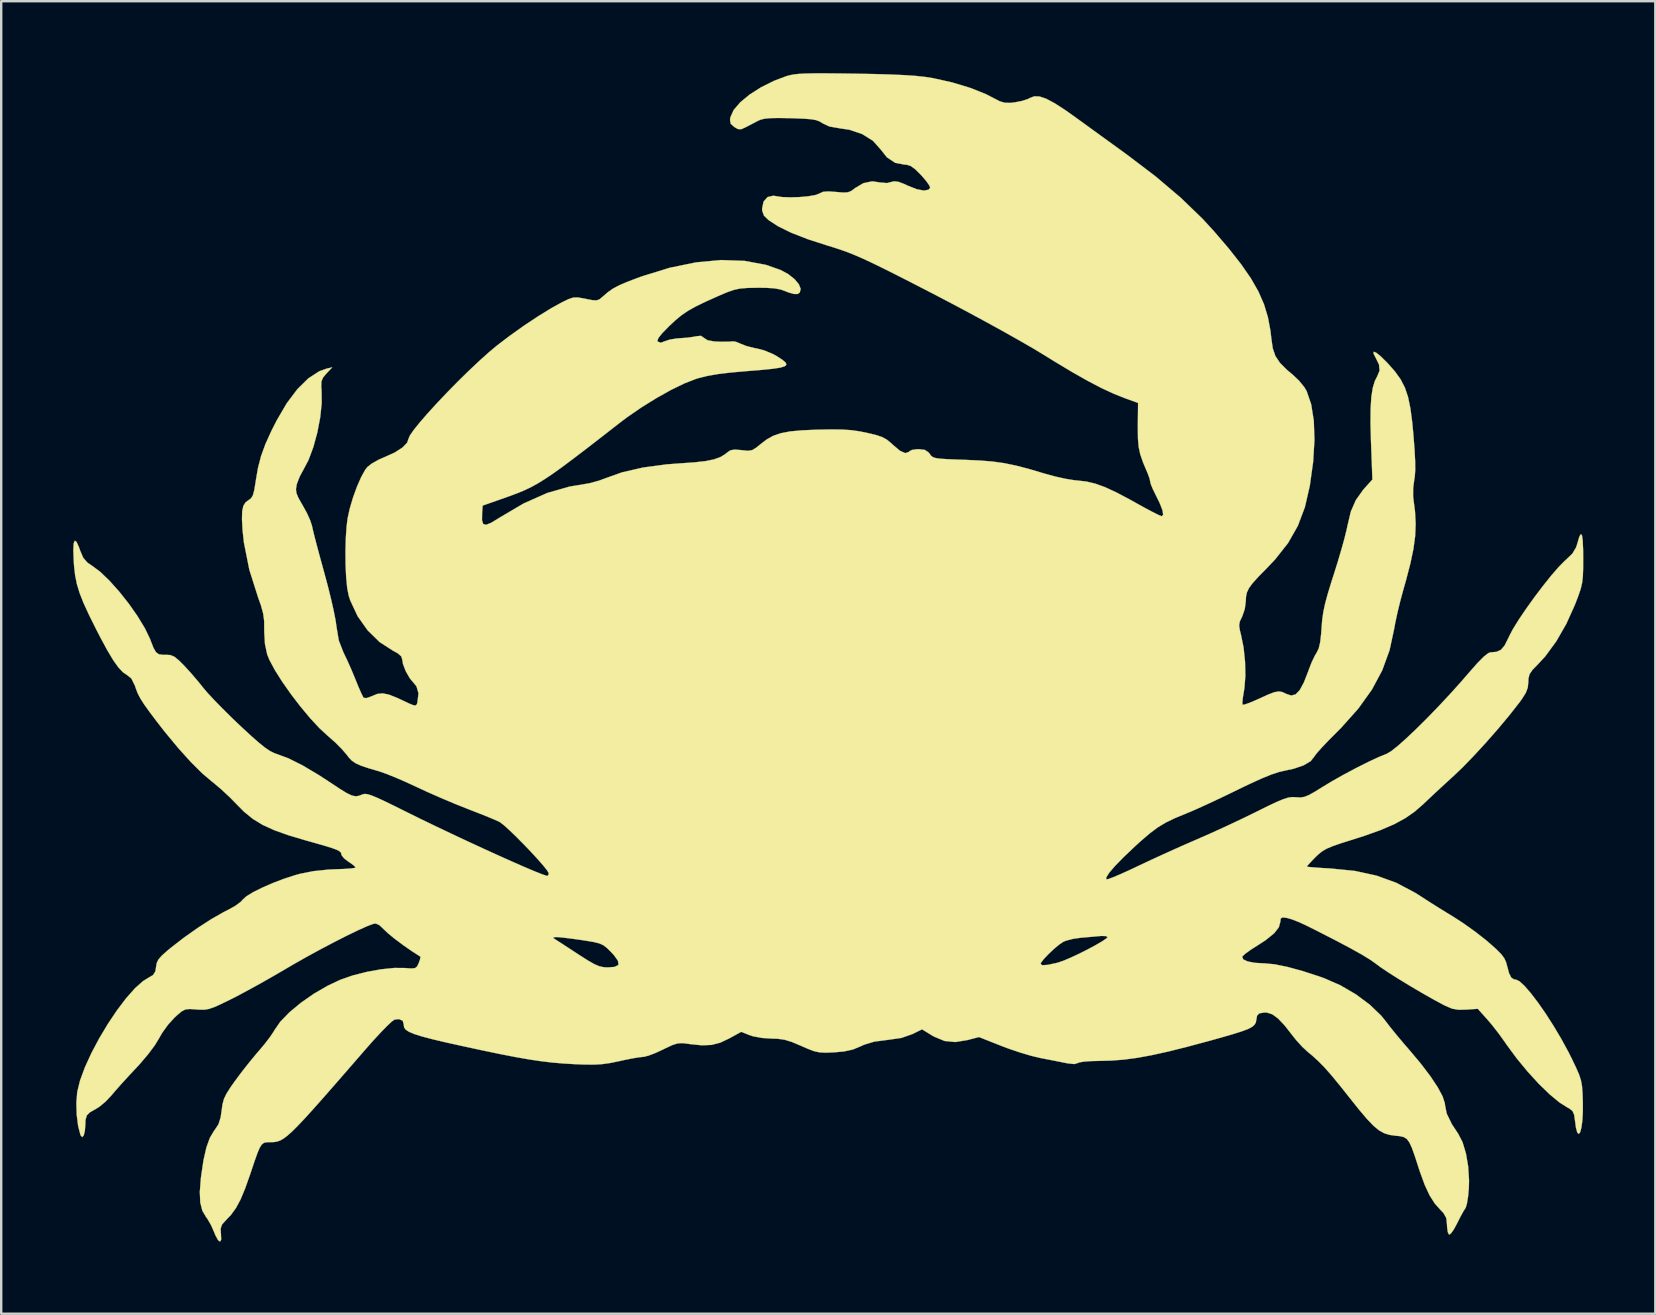
<source format=kicad_pcb>
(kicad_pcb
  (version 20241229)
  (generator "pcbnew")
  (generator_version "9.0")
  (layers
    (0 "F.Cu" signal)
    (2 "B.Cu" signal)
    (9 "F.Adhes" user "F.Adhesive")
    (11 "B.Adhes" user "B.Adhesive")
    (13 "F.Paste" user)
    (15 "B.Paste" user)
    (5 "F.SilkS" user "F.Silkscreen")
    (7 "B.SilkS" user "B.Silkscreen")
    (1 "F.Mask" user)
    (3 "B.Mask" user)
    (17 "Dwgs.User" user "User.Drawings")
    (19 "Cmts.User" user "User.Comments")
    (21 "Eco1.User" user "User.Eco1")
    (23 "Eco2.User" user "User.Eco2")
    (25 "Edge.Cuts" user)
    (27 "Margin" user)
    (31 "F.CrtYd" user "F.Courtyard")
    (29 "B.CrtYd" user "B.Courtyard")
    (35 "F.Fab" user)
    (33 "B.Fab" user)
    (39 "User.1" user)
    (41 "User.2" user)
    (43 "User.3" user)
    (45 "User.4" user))
  (footprint "crab"
    (layer "F.Cu")
    (at 31.407 24.382)
    (property "Reference" "crab" (at 0 0 0) (layer "F.SilkS") (effects (font (size 1.524 1.524) (thickness 0.3))))
    (attr through_hole)
    (fp_poly (pts (xy 0.484 -24.372) (xy 1.167 -24.363) (xy 2 -24.347) (xy 2.686 -24.327) (xy 3.248 -24.301) (xy 3.707 -24.269) (xy 4.087 -24.227) (xy 4.403 -24.178) (xy 5.212 -23.998) (xy 5.963 -23.77) (xy 6.614 -23.51) (xy 6.917 -23.355) (xy 7.191 -23.213) (xy 7.405 -23.15) (xy 7.64 -23.147) (xy 7.806 -23.166) (xy 8.102 -23.223) (xy 8.355 -23.303) (xy 8.446 -23.349) (xy 8.627 -23.42) (xy 8.847 -23.413) (xy 9.125 -23.32) (xy 9.477 -23.132) (xy 9.923 -22.844) (xy 10.343 -22.546) (xy 10.818 -22.202) (xy 11.366 -21.804) (xy 11.924 -21.4) (xy 12.428 -21.034) (xy 12.488 -20.991) (xy 13.685 -20.082) (xy 14.729 -19.196) (xy 15.635 -18.321) (xy 16.095 -17.822) (xy 16.727 -17.084) (xy 17.241 -16.431) (xy 17.65 -15.841) (xy 17.965 -15.292) (xy 18.198 -14.76) (xy 18.361 -14.223) (xy 18.467 -13.658) (xy 18.507 -13.313) (xy 18.565 -12.917) (xy 18.674 -12.601) (xy 18.861 -12.319) (xy 19.151 -12.028) (xy 19.403 -11.816) (xy 19.658 -11.574) (xy 19.879 -11.303) (xy 19.975 -11.142) (xy 20.165 -10.589) (xy 20.274 -9.903) (xy 20.301 -9.1) (xy 20.247 -8.195) (xy 20.109 -7.204) (xy 20.108 -7.197) (xy 19.903 -6.305) (xy 19.608 -5.524) (xy 19.203 -4.812) (xy 18.664 -4.129) (xy 18.321 -3.767) (xy 17.973 -3.413) (xy 17.731 -3.146) (xy 17.575 -2.936) (xy 17.488 -2.753) (xy 17.449 -2.568) (xy 17.441 -2.376) (xy 17.399 -2.063) (xy 17.295 -1.759) (xy 17.281 -1.732) (xy 17.19 -1.54) (xy 17.163 -1.376) (xy 17.195 -1.167) (xy 17.24 -0.991) (xy 17.348 -0.461) (xy 17.41 0.135) (xy 17.423 0.726) (xy 17.382 1.244) (xy 17.363 1.357) (xy 17.317 1.636) (xy 17.298 1.843) (xy 17.308 1.927) (xy 17.401 1.915) (xy 17.607 1.842) (xy 17.89 1.722) (xy 18.016 1.665) (xy 18.379 1.499) (xy 18.631 1.404) (xy 18.812 1.372) (xy 18.962 1.396) (xy 19.121 1.47) (xy 19.133 1.477) (xy 19.336 1.543) (xy 19.518 1.493) (xy 19.69 1.313) (xy 19.863 0.992) (xy 20.048 0.518) (xy 20.072 0.449) (xy 20.19 0.147) (xy 20.321 -0.124) (xy 20.389 -0.236) (xy 20.478 -0.415) (xy 20.54 -0.678) (xy 20.583 -1.06) (xy 20.597 -1.27) (xy 20.624 -1.61) (xy 20.67 -1.933) (xy 20.743 -2.278) (xy 20.852 -2.684) (xy 21.006 -3.189) (xy 21.111 -3.515) (xy 21.273 -4.031) (xy 21.423 -4.539) (xy 21.55 -4.997) (xy 21.642 -5.366) (xy 21.68 -5.547) (xy 21.817 -6.124) (xy 22.024 -6.597) (xy 22.331 -7.028) (xy 22.41 -7.118) (xy 22.715 -7.456) (xy 22.656 -9.041) (xy 22.636 -9.801) (xy 22.641 -10.412) (xy 22.671 -10.897) (xy 22.73 -11.274) (xy 22.818 -11.563) (xy 22.911 -11.745) (xy 23.015 -11.993) (xy 22.991 -12.245) (xy 22.861 -12.509) (xy 22.762 -12.704) (xy 22.768 -12.78) (xy 22.869 -12.742) (xy 23.053 -12.596) (xy 23.308 -12.346) (xy 23.354 -12.298) (xy 23.657 -11.955) (xy 23.891 -11.629) (xy 24.068 -11.286) (xy 24.2 -10.895) (xy 24.298 -10.422) (xy 24.375 -9.837) (xy 24.423 -9.32) (xy 24.471 -8.697) (xy 24.496 -8.217) (xy 24.5 -7.852) (xy 24.481 -7.578) (xy 24.457 -7.434) (xy 24.414 -7.102) (xy 24.411 -6.766) (xy 24.422 -6.661) (xy 24.491 -6.117) (xy 24.517 -5.611) (xy 24.497 -5.107) (xy 24.425 -4.569) (xy 24.298 -3.963) (xy 24.113 -3.251) (xy 24.007 -2.879) (xy 23.881 -2.414) (xy 23.762 -1.928) (xy 23.668 -1.489) (xy 23.623 -1.24) (xy 23.43 -0.344) (xy 23.124 0.494) (xy 22.693 1.298) (xy 22.125 2.09) (xy 21.408 2.892) (xy 21.21 3.09) (xy 20.896 3.406) (xy 20.625 3.69) (xy 20.422 3.916) (xy 20.309 4.06) (xy 20.295 4.085) (xy 20.143 4.277) (xy 19.849 4.45) (xy 19.443 4.59) (xy 19.123 4.659) (xy 18.838 4.724) (xy 18.501 4.835) (xy 18.089 5.003) (xy 17.575 5.238) (xy 17.084 5.475) (xy 16.575 5.722) (xy 16.07 5.961) (xy 15.606 6.175) (xy 15.222 6.346) (xy 14.986 6.445) (xy 14.5 6.645) (xy 14.111 6.832) (xy 13.771 7.037) (xy 13.433 7.29) (xy 13.048 7.622) (xy 12.831 7.82) (xy 12.361 8.266) (xy 12 8.635) (xy 11.755 8.919) (xy 11.632 9.113) (xy 11.63 9.202) (xy 11.72 9.186) (xy 11.936 9.105) (xy 12.25 8.971) (xy 12.637 8.796) (xy 12.932 8.656) (xy 13.489 8.394) (xy 14.121 8.104) (xy 14.757 7.818) (xy 15.326 7.569) (xy 15.409 7.533) (xy 15.952 7.295) (xy 16.575 7.011) (xy 17.21 6.713) (xy 17.787 6.433) (xy 17.905 6.375) (xy 18.385 6.137) (xy 18.742 5.969) (xy 19.006 5.859) (xy 19.204 5.797) (xy 19.363 5.773) (xy 19.513 5.778) (xy 19.535 5.78) (xy 19.717 5.79) (xy 19.884 5.764) (xy 20.076 5.686) (xy 20.335 5.54) (xy 20.613 5.367) (xy 21.042 5.107) (xy 21.537 4.829) (xy 22.054 4.554) (xy 22.553 4.304) (xy 22.99 4.101) (xy 23.315 3.969) (xy 23.495 3.863) (xy 23.768 3.646) (xy 24.117 3.337) (xy 24.524 2.952) (xy 24.972 2.509) (xy 25.441 2.025) (xy 25.916 1.518) (xy 26.378 1.006) (xy 26.717 0.614) (xy 27.08 0.201) (xy 27.355 -0.077) (xy 27.546 -0.226) (xy 27.633 -0.255) (xy 27.887 -0.278) (xy 28.072 -0.363) (xy 28.223 -0.543) (xy 28.377 -0.848) (xy 28.407 -0.916) (xy 28.566 -1.221) (xy 28.811 -1.616) (xy 29.117 -2.069) (xy 29.46 -2.547) (xy 29.817 -3.019) (xy 30.163 -3.452) (xy 30.475 -3.812) (xy 30.728 -4.069) (xy 30.778 -4.112) (xy 31.047 -4.371) (xy 31.202 -4.633) (xy 31.254 -4.797) (xy 31.334 -5.07) (xy 31.398 -5.182) (xy 31.445 -5.132) (xy 31.476 -4.918) (xy 31.493 -4.537) (xy 31.496 -4.19) (xy 31.494 -3.74) (xy 31.482 -3.409) (xy 31.45 -3.144) (xy 31.391 -2.895) (xy 31.294 -2.61) (xy 31.152 -2.24) (xy 30.795 -1.447) (xy 30.377 -0.719) (xy 29.921 -0.095) (xy 29.602 0.25) (xy 29.382 0.477) (xy 29.263 0.651) (xy 29.216 0.831) (xy 29.21 0.983) (xy 29.188 1.211) (xy 29.107 1.428) (xy 28.943 1.689) (xy 28.838 1.833) (xy 28.426 2.358) (xy 27.949 2.93) (xy 27.44 3.51) (xy 26.933 4.061) (xy 26.462 4.546) (xy 26.104 4.887) (xy 25.742 5.218) (xy 25.358 5.573) (xy 25.01 5.9) (xy 24.839 6.063) (xy 24.477 6.379) (xy 24.079 6.655) (xy 23.617 6.906) (xy 23.061 7.145) (xy 22.385 7.386) (xy 21.886 7.546) (xy 21.411 7.695) (xy 21.066 7.815) (xy 20.817 7.919) (xy 20.632 8.025) (xy 20.476 8.148) (xy 20.341 8.277) (xy 20.151 8.474) (xy 20.021 8.616) (xy 19.981 8.669) (xy 20.06 8.683) (xy 20.276 8.703) (xy 20.594 8.726) (xy 20.976 8.748) (xy 21.985 8.849) (xy 22.884 9.044) (xy 23.708 9.343) (xy 24.496 9.759) (xy 24.738 9.913) (xy 25.069 10.127) (xy 25.478 10.385) (xy 25.898 10.644) (xy 26.078 10.753) (xy 26.504 11.029) (xy 26.973 11.363) (xy 27.405 11.699) (xy 27.544 11.815) (xy 27.863 12.097) (xy 28.075 12.309) (xy 28.207 12.483) (xy 28.284 12.653) (xy 28.321 12.788) (xy 28.407 13.108) (xy 28.498 13.291) (xy 28.615 13.368) (xy 28.695 13.377) (xy 28.846 13.449) (xy 29.062 13.649) (xy 29.327 13.957) (xy 29.627 14.352) (xy 29.947 14.813) (xy 30.271 15.32) (xy 30.586 15.851) (xy 30.877 16.385) (xy 31.011 16.65) (xy 31.198 17.042) (xy 31.325 17.332) (xy 31.403 17.573) (xy 31.447 17.815) (xy 31.469 18.111) (xy 31.481 18.454) (xy 31.482 18.896) (xy 31.46 19.267) (xy 31.42 19.552) (xy 31.368 19.737) (xy 31.31 19.807) (xy 31.25 19.749) (xy 31.195 19.547) (xy 31.159 19.278) (xy 31.12 19.009) (xy 31.052 18.851) (xy 30.923 18.748) (xy 30.853 18.712) (xy 30.507 18.494) (xy 30.098 18.155) (xy 29.649 17.72) (xy 29.185 17.213) (xy 28.729 16.66) (xy 28.305 16.085) (xy 28.219 15.96) (xy 27.974 15.619) (xy 27.692 15.258) (xy 27.491 15.023) (xy 27.105 14.593) (xy 26.612 14.627) (xy 26.292 14.633) (xy 26.035 14.587) (xy 25.752 14.467) (xy 25.654 14.417) (xy 25.22 14.182) (xy 24.741 13.909) (xy 24.251 13.62) (xy 23.784 13.335) (xy 23.372 13.073) (xy 23.05 12.856) (xy 22.884 12.732) (xy 22.643 12.56) (xy 22.28 12.337) (xy 21.785 12.061) (xy 21.152 11.726) (xy 20.375 11.329) (xy 19.981 11.132) (xy 19.664 10.985) (xy 19.366 10.868) (xy 19.156 10.807) (xy 18.968 10.786) (xy 18.893 10.838) (xy 18.881 10.962) (xy 18.817 11.199) (xy 18.618 11.451) (xy 18.274 11.73) (xy 17.913 11.964) (xy 17.635 12.142) (xy 17.418 12.299) (xy 17.302 12.408) (xy 17.292 12.424) (xy 17.334 12.534) (xy 17.521 12.621) (xy 17.827 12.679) (xy 18.228 12.701) (xy 18.23 12.701) (xy 18.641 12.739) (xy 19.177 12.848) (xy 19.811 13.021) (xy 20.517 13.251) (xy 20.707 13.319) (xy 21.38 13.613) (xy 22.027 13.991) (xy 22.608 14.423) (xy 23.082 14.879) (xy 23.257 15.096) (xy 23.449 15.346) (xy 23.714 15.673) (xy 24.014 16.031) (xy 24.231 16.281) (xy 24.718 16.86) (xy 25.122 17.39) (xy 25.432 17.855) (xy 25.64 18.241) (xy 25.734 18.533) (xy 25.739 18.595) (xy 25.81 18.957) (xy 26.026 19.401) (xy 26.288 19.797) (xy 26.47 20.147) (xy 26.612 20.618) (xy 26.705 21.164) (xy 26.741 21.742) (xy 26.733 22.069) (xy 26.701 22.41) (xy 26.656 22.693) (xy 26.606 22.87) (xy 26.592 22.895) (xy 26.507 23.028) (xy 26.378 23.263) (xy 26.242 23.533) (xy 26.106 23.785) (xy 25.986 23.953) (xy 25.909 24.003) (xy 25.907 24.002) (xy 25.855 23.893) (xy 25.826 23.68) (xy 25.823 23.591) (xy 25.794 23.313) (xy 25.679 23.104) (xy 25.562 22.982) (xy 25.314 22.705) (xy 25.097 22.364) (xy 24.894 21.927) (xy 24.688 21.362) (xy 24.639 21.211) (xy 24.483 20.729) (xy 24.36 20.385) (xy 24.253 20.154) (xy 24.144 20.012) (xy 24.016 19.934) (xy 23.851 19.897) (xy 23.674 19.88) (xy 23.425 19.845) (xy 23.203 19.775) (xy 22.986 19.653) (xy 22.754 19.46) (xy 22.486 19.18) (xy 22.161 18.795) (xy 21.775 18.312) (xy 21.357 17.785) (xy 21.015 17.37) (xy 20.726 17.042) (xy 20.466 16.776) (xy 20.214 16.546) (xy 20.021 16.387) (xy 19.792 16.175) (xy 19.539 15.896) (xy 19.391 15.71) (xy 19.058 15.285) (xy 18.782 14.994) (xy 18.544 14.821) (xy 18.323 14.751) (xy 18.204 14.749) (xy 18.001 14.784) (xy 17.911 14.877) (xy 17.881 15.042) (xy 17.86 15.158) (xy 17.807 15.256) (xy 17.703 15.346) (xy 17.529 15.437) (xy 17.263 15.536) (xy 16.888 15.654) (xy 16.382 15.8) (xy 15.934 15.925) (xy 15.003 16.175) (xy 14.206 16.374) (xy 13.517 16.526) (xy 12.91 16.637) (xy 12.359 16.71) (xy 11.839 16.75) (xy 11.341 16.763) (xy 10.982 16.772) (xy 10.685 16.795) (xy 10.492 16.829) (xy 10.446 16.851) (xy 10.3 16.895) (xy 10.015 16.865) (xy 9.942 16.851) (xy 9.646 16.791) (xy 9.264 16.716) (xy 8.877 16.641) (xy 8.863 16.638) (xy 8.501 16.551) (xy 8.05 16.418) (xy 7.576 16.258) (xy 7.264 16.141) (xy 6.327 15.77) (xy 5.852 15.894) (xy 5.34 15.978) (xy 4.891 15.933) (xy 4.451 15.75) (xy 4.35 15.691) (xy 3.954 15.448) (xy 3.553 15.646) (xy 3.09 15.807) (xy 2.494 15.892) (xy 2.487 15.893) (xy 1.965 15.96) (xy 1.546 16.087) (xy 1.397 16.155) (xy 1.07 16.29) (xy 0.701 16.37) (xy 0.287 16.407) (xy -0.06 16.421) (xy -0.317 16.408) (xy -0.551 16.356) (xy -0.825 16.251) (xy -1.079 16.139) (xy -1.465 15.976) (xy -1.771 15.882) (xy -2.065 15.84) (xy -2.316 15.833) (xy -2.712 15.807) (xy -3.075 15.741) (xy -3.227 15.692) (xy -3.578 15.552) (xy -4.089 15.832) (xy -4.458 16.006) (xy -4.816 16.097) (xy -5.216 16.114) (xy -5.712 16.064) (xy -5.804 16.05) (xy -6.034 16.022) (xy -6.226 16.034) (xy -6.433 16.098) (xy -6.713 16.226) (xy -6.839 16.289) (xy -7.155 16.435) (xy -7.439 16.543) (xy -7.637 16.593) (xy -7.661 16.595) (xy -7.837 16.613) (xy -8.128 16.662) (xy -8.483 16.734) (xy -8.658 16.773) (xy -9.041 16.852) (xy -9.378 16.899) (xy -9.727 16.919) (xy -10.148 16.914) (xy -10.499 16.9) (xy -10.979 16.872) (xy -11.438 16.833) (xy -11.905 16.778) (xy -12.405 16.704) (xy -12.966 16.606) (xy -13.615 16.48) (xy -14.379 16.321) (xy -15.113 16.163) (xy -15.845 16.001) (xy -16.426 15.864) (xy -16.872 15.747) (xy -17.199 15.644) (xy -17.423 15.55) (xy -17.559 15.459) (xy -17.624 15.365) (xy -17.634 15.269) (xy -17.678 15.092) (xy -17.841 15.021) (xy -18.022 15.043) (xy -18.132 15.12) (xy -18.329 15.304) (xy -18.593 15.575) (xy -18.903 15.91) (xy -19.194 16.239) (xy -19.892 17.043) (xy -20.488 17.728) (xy -20.993 18.304) (xy -21.416 18.78) (xy -21.767 19.167) (xy -22.056 19.472) (xy -22.292 19.707) (xy -22.486 19.88) (xy -22.646 20) (xy -22.783 20.078) (xy -22.907 20.122) (xy -23.026 20.143) (xy -23.152 20.149) (xy -23.217 20.149) (xy -23.355 20.153) (xy -23.462 20.177) (xy -23.551 20.245) (xy -23.637 20.378) (xy -23.732 20.601) (xy -23.851 20.936) (xy -24.009 21.405) (xy -24.034 21.482) (xy -24.243 22.073) (xy -24.434 22.532) (xy -24.625 22.888) (xy -24.833 23.176) (xy -25.043 23.396) (xy -25.208 23.579) (xy -25.266 23.752) (xy -25.253 23.968) (xy -25.243 24.205) (xy -25.287 24.292) (xy -25.373 24.23) (xy -25.485 24.025) (xy -25.536 23.897) (xy -25.665 23.606) (xy -25.816 23.344) (xy -25.874 23.265) (xy -26.029 23.002) (xy -26.114 22.662) (xy -26.133 22.219) (xy -26.089 21.647) (xy -26.079 21.57) (xy -25.979 20.896) (xy -25.859 20.37) (xy -25.715 19.97) (xy -25.54 19.675) (xy -25.508 19.636) (xy -25.356 19.404) (xy -25.266 19.118) (xy -25.224 18.83) (xy -25.187 18.564) (xy -25.126 18.344) (xy -25.018 18.12) (xy -24.842 17.846) (xy -24.671 17.604) (xy -24.385 17.221) (xy -24.061 16.81) (xy -23.758 16.444) (xy -23.677 16.351) (xy -23.429 16.056) (xy -23.209 15.769) (xy -23.056 15.541) (xy -23.03 15.493) (xy -22.781 15.132) (xy -22.402 14.741) (xy -21.925 14.344) (xy -21.379 13.964) (xy -20.797 13.627) (xy -20.285 13.386) (xy -19.77 13.206) (xy -19.185 13.057) (xy -18.586 12.948) (xy -18.031 12.891) (xy -17.596 12.894) (xy -17.323 12.913) (xy -17.168 12.898) (xy -17.081 12.829) (xy -17.014 12.691) (xy -17.013 12.689) (xy -16.952 12.512) (xy -16.942 12.422) (xy -16.943 12.421) (xy -17.295 12.195) (xy -17.667 11.936) (xy -18.015 11.675) (xy -18.087 11.616) (xy -11.414 11.616) (xy -11.387 11.661) (xy -11.311 11.71) (xy -11.177 11.796) (xy -10.937 11.951) (xy -10.628 12.153) (xy -10.342 12.34) (xy -9.971 12.577) (xy -9.7 12.731) (xy -9.491 12.821) (xy -9.306 12.861) (xy -9.136 12.869) (xy -8.856 12.848) (xy -8.712 12.777) (xy -8.688 12.736) (xy -8.691 12.721) (xy 8.891 12.721) (xy 8.965 12.777) (xy 9.192 12.763) (xy 9.572 12.68) (xy 9.624 12.666) (xy 9.852 12.587) (xy 10.156 12.458) (xy 10.502 12.296) (xy 10.856 12.118) (xy 11.185 11.941) (xy 11.454 11.784) (xy 11.631 11.663) (xy 11.684 11.602) (xy 11.61 11.564) (xy 11.426 11.558) (xy 11.367 11.562) (xy 11.093 11.587) (xy 10.752 11.617) (xy 10.572 11.632) (xy 10.252 11.677) (xy 9.962 11.752) (xy 9.839 11.802) (xy 9.666 11.918) (xy 9.448 12.1) (xy 9.225 12.311) (xy 9.033 12.512) (xy 8.913 12.667) (xy 8.891 12.721) (xy -8.691 12.721) (xy -8.717 12.587) (xy -8.882 12.357) (xy -8.998 12.231) (xy -9.168 12.063) (xy -9.314 11.949) (xy -9.48 11.872) (xy -9.708 11.814) (xy -10.043 11.757) (xy -10.225 11.729) (xy -10.609 11.675) (xy -10.947 11.633) (xy -11.193 11.608) (xy -11.281 11.604) (xy -11.414 11.616) (xy -18.087 11.616) (xy -18.297 11.445) (xy -18.449 11.3) (xy -18.647 11.111) (xy -18.801 11.042) (xy -18.907 11.054) (xy -19.166 11.152) (xy -19.542 11.321) (xy -20.009 11.547) (xy -20.539 11.816) (xy -21.104 12.114) (xy -21.675 12.425) (xy -22.226 12.737) (xy -22.521 12.91) (xy -23.04 13.213) (xy -23.587 13.524) (xy -24.117 13.816) (xy -24.582 14.065) (xy -24.85 14.201) (xy -25.248 14.395) (xy -25.535 14.524) (xy -25.752 14.598) (xy -25.936 14.63) (xy -26.128 14.63) (xy -26.279 14.619) (xy -26.549 14.601) (xy -26.732 14.62) (xy -26.887 14.698) (xy -27.077 14.858) (xy -27.188 14.961) (xy -27.455 15.254) (xy -27.705 15.6) (xy -27.832 15.822) (xy -28.008 16.113) (xy -28.279 16.477) (xy -28.613 16.871) (xy -28.787 17.06) (xy -29.103 17.398) (xy -29.409 17.733) (xy -29.667 18.025) (xy -29.824 18.21) (xy -30.06 18.46) (xy -30.319 18.674) (xy -30.458 18.761) (xy -30.709 18.903) (xy -30.842 19.036) (xy -30.894 19.219) (xy -30.903 19.431) (xy -30.924 19.696) (xy -30.972 19.874) (xy -31.035 19.938) (xy -31.1 19.862) (xy -31.102 19.857) (xy -31.202 19.477) (xy -31.262 19.003) (xy -31.276 18.504) (xy -31.239 18.055) (xy -31.122 17.578) (xy -30.92 17.03) (xy -30.649 16.438) (xy -30.326 15.828) (xy -29.966 15.227) (xy -29.587 14.661) (xy -29.205 14.156) (xy -28.836 13.739) (xy -28.497 13.437) (xy -28.29 13.31) (xy -28.082 13.187) (xy -27.986 13.036) (xy -27.956 12.849) (xy -27.928 12.685) (xy -27.857 12.539) (xy -27.716 12.377) (xy -27.479 12.166) (xy -27.321 12.036) (xy -26.788 11.624) (xy -26.215 11.22) (xy -25.649 10.855) (xy -25.136 10.562) (xy -24.93 10.458) (xy -24.655 10.305) (xy -24.432 10.14) (xy -24.337 10.038) (xy -24.186 9.901) (xy -23.905 9.731) (xy -23.529 9.544) (xy -23.09 9.353) (xy -22.622 9.175) (xy -22.159 9.025) (xy -21.958 8.969) (xy -21.407 8.86) (xy -20.785 8.794) (xy -20.469 8.78) (xy -20.119 8.767) (xy -19.842 8.747) (xy -19.675 8.723) (xy -19.643 8.706) (xy -19.708 8.631) (xy -19.871 8.51) (xy -19.939 8.467) (xy -20.126 8.324) (xy -20.228 8.192) (xy -20.235 8.162) (xy -20.249 8.096) (xy -20.305 8.036) (xy -20.424 7.971) (xy -20.629 7.895) (xy -20.941 7.798) (xy -21.382 7.672) (xy -21.716 7.579) (xy -22.446 7.362) (xy -23.038 7.15) (xy -23.522 6.928) (xy -23.928 6.679) (xy -24.286 6.388) (xy -24.567 6.104) (xy -24.885 5.78) (xy -25.242 5.448) (xy -25.571 5.17) (xy -25.633 5.123) (xy -26.037 4.78) (xy -26.509 4.31) (xy -27.028 3.734) (xy -27.579 3.07) (xy -27.901 2.658) (xy -28.22 2.235) (xy -28.451 1.913) (xy -28.612 1.66) (xy -28.723 1.445) (xy -28.802 1.238) (xy -28.831 1.145) (xy -28.982 0.835) (xy -29.159 0.692) (xy -29.336 0.572) (xy -29.524 0.372) (xy -29.736 0.075) (xy -29.983 -0.336) (xy -30.276 -0.878) (xy -30.446 -1.208) (xy -30.747 -1.813) (xy -30.975 -2.307) (xy -31.139 -2.723) (xy -31.253 -3.097) (xy -31.327 -3.462) (xy -31.371 -3.855) (xy -31.387 -4.085) (xy -31.402 -4.52) (xy -31.387 -4.794) (xy -31.342 -4.908) (xy -31.269 -4.858) (xy -31.17 -4.643) (xy -31.117 -4.492) (xy -30.99 -4.197) (xy -30.816 -3.995) (xy -30.623 -3.864) (xy -30.282 -3.611) (xy -29.895 -3.239) (xy -29.488 -2.784) (xy -29.089 -2.28) (xy -28.725 -1.76) (xy -28.422 -1.261) (xy -28.207 -0.815) (xy -28.185 -0.755) (xy -28.063 -0.443) (xy -27.958 -0.261) (xy -27.834 -0.174) (xy -27.654 -0.152) (xy -27.531 -0.154) (xy -27.354 -0.142) (xy -27.194 -0.075) (xy -27.008 0.075) (xy -26.803 0.279) (xy -26.512 0.596) (xy -26.202 0.958) (xy -25.999 1.21) (xy -25.813 1.43) (xy -25.53 1.734) (xy -25.18 2.093) (xy -24.793 2.476) (xy -24.475 2.78) (xy -24.033 3.19) (xy -23.688 3.495) (xy -23.419 3.712) (xy -23.206 3.856) (xy -23.027 3.944) (xy -22.945 3.972) (xy -22.443 4.158) (xy -21.856 4.451) (xy -21.173 4.857) (xy -20.685 5.175) (xy -20.293 5.435) (xy -20.01 5.608) (xy -19.805 5.706) (xy -19.648 5.74) (xy -19.509 5.722) (xy -19.364 5.665) (xy -19.28 5.642) (xy -19.169 5.649) (xy -19.009 5.694) (xy -18.78 5.786) (xy -18.46 5.932) (xy -18.03 6.142) (xy -17.561 6.375) (xy -16.971 6.667) (xy -16.335 6.974) (xy -15.672 7.29) (xy -15.002 7.604) (xy -14.343 7.909) (xy -13.715 8.195) (xy -13.135 8.455) (xy -12.624 8.679) (xy -12.2 8.859) (xy -11.881 8.986) (xy -11.688 9.052) (xy -11.646 9.059) (xy -11.603 8.991) (xy -11.599 8.944) (xy -11.657 8.837) (xy -11.813 8.639) (xy -12.043 8.376) (xy -12.323 8.071) (xy -12.629 7.751) (xy -12.937 7.44) (xy -13.221 7.165) (xy -13.459 6.95) (xy -13.626 6.82) (xy -13.652 6.805) (xy -13.825 6.726) (xy -14.118 6.604) (xy -14.492 6.454) (xy -14.908 6.292) (xy -14.974 6.266) (xy -15.497 6.058) (xy -16.092 5.807) (xy -16.679 5.548) (xy -17.103 5.351) (xy -17.542 5.148) (xy -17.977 4.959) (xy -18.361 4.805) (xy -18.646 4.705) (xy -18.669 4.698) (xy -19.112 4.568) (xy -19.426 4.462) (xy -19.644 4.363) (xy -19.801 4.254) (xy -19.932 4.116) (xy -20.017 4.004) (xy -20.217 3.772) (xy -20.493 3.495) (xy -20.788 3.234) (xy -20.801 3.224) (xy -21.148 2.904) (xy -21.536 2.486) (xy -21.939 2.003) (xy -22.335 1.487) (xy -22.698 0.97) (xy -23.004 0.486) (xy -23.23 0.065) (xy -23.325 -0.166) (xy -23.419 -0.603) (xy -23.45 -1.125) (xy -23.449 -1.204) (xy -23.452 -1.56) (xy -23.493 -1.871) (xy -23.584 -2.205) (xy -23.702 -2.536) (xy -24.071 -3.699) (xy -24.297 -4.836) (xy -24.352 -5.345) (xy -24.377 -5.813) (xy -24.367 -6.144) (xy -24.316 -6.368) (xy -24.218 -6.515) (xy -24.102 -6.597) (xy -23.997 -6.674) (xy -23.923 -6.798) (xy -23.866 -7.008) (xy -23.81 -7.341) (xy -23.801 -7.41) (xy -23.709 -7.944) (xy -23.581 -8.435) (xy -23.401 -8.93) (xy -23.152 -9.48) (xy -22.928 -9.921) (xy -22.509 -10.636) (xy -22.067 -11.222) (xy -21.615 -11.668) (xy -21.162 -11.963) (xy -20.862 -12.072) (xy -20.616 -12.13) (xy -20.86 -11.87) (xy -21.004 -11.697) (xy -21.068 -11.536) (xy -21.074 -11.316) (xy -21.061 -11.161) (xy -21.055 -10.641) (xy -21.118 -10.041) (xy -21.239 -9.412) (xy -21.405 -8.803) (xy -21.606 -8.265) (xy -21.818 -7.865) (xy -21.97 -7.585) (xy -22.084 -7.291) (xy -22.1 -7.23) (xy -22.128 -7.05) (xy -22.107 -6.886) (xy -22.025 -6.688) (xy -21.864 -6.405) (xy -21.84 -6.364) (xy -21.667 -6.05) (xy -21.531 -5.746) (xy -21.458 -5.517) (xy -21.457 -5.511) (xy -21.418 -5.336) (xy -21.342 -5.03) (xy -21.235 -4.621) (xy -21.106 -4.142) (xy -20.963 -3.622) (xy -20.947 -3.564) (xy -20.8 -3.016) (xy -20.667 -2.481) (xy -20.557 -1.995) (xy -20.478 -1.596) (xy -20.439 -1.322) (xy -20.439 -1.32) (xy -20.344 -0.751) (xy -20.15 -0.254) (xy -20 0.058) (xy -19.825 0.45) (xy -19.661 0.844) (xy -19.643 0.889) (xy -19.514 1.205) (xy -19.401 1.461) (xy -19.323 1.615) (xy -19.307 1.637) (xy -19.194 1.65) (xy -19.007 1.587) (xy -18.979 1.574) (xy -18.744 1.477) (xy -18.517 1.452) (xy -18.253 1.505) (xy -17.91 1.641) (xy -17.722 1.729) (xy -17.421 1.871) (xy -17.239 1.945) (xy -17.141 1.956) (xy -17.094 1.911) (xy -17.069 1.834) (xy -17.023 1.45) (xy -17.108 1.156) (xy -17.196 1.05) (xy -17.387 0.821) (xy -17.557 0.523) (xy -17.67 0.227) (xy -17.695 0.063) (xy -17.738 -0.085) (xy -17.886 -0.217) (xy -18.081 -0.323) (xy -18.64 -0.682) (xy -19.142 -1.173) (xy -19.56 -1.764) (xy -19.867 -2.421) (xy -19.931 -2.619) (xy -19.993 -2.935) (xy -20.036 -3.376) (xy -20.061 -3.898) (xy -20.066 -4.457) (xy -20.052 -5.01) (xy -20.017 -5.512) (xy -19.977 -5.834) (xy -19.886 -6.25) (xy -19.751 -6.705) (xy -19.587 -7.156) (xy -19.412 -7.555) (xy -19.244 -7.859) (xy -19.157 -7.973) (xy -18.963 -8.125) (xy -18.677 -8.285) (xy -18.438 -8.389) (xy -18.019 -8.577) (xy -17.697 -8.783) (xy -17.497 -8.989) (xy -17.441 -9.149) (xy -17.382 -9.29) (xy -17.216 -9.529) (xy -16.959 -9.846) (xy -16.63 -10.225) (xy -16.245 -10.646) (xy -15.822 -11.092) (xy -15.377 -11.545) (xy -14.927 -11.986) (xy -14.49 -12.398) (xy -14.083 -12.763) (xy -13.754 -13.038) (xy -13.22 -13.445) (xy -12.638 -13.859) (xy -12.051 -14.249) (xy -11.504 -14.586) (xy -11.056 -14.834) (xy -10.778 -14.969) (xy -10.581 -15.035) (xy -10.394 -15.042) (xy -10.149 -15.001) (xy -10.057 -14.982) (xy -9.777 -14.927) (xy -9.603 -14.919) (xy -9.479 -14.965) (xy -9.347 -15.075) (xy -9.331 -15.09) (xy -9.13 -15.263) (xy -8.923 -15.408) (xy -8.672 -15.542) (xy -8.343 -15.684) (xy -7.902 -15.852) (xy -7.699 -15.925) (xy -6.552 -16.279) (xy -5.451 -16.504) (xy -4.409 -16.599) (xy -3.437 -16.564) (xy -2.55 -16.399) (xy -1.947 -16.188) (xy -1.62 -16.012) (xy -1.358 -15.805) (xy -1.179 -15.591) (xy -1.101 -15.396) (xy -1.141 -15.245) (xy -1.232 -15.184) (xy -1.385 -15.186) (xy -1.615 -15.251) (xy -1.717 -15.293) (xy -1.943 -15.374) (xy -2.213 -15.422) (xy -2.571 -15.443) (xy -2.919 -15.445) (xy -3.325 -15.437) (xy -3.627 -15.412) (xy -3.887 -15.356) (xy -4.171 -15.256) (xy -4.53 -15.103) (xy -5.061 -14.865) (xy -5.47 -14.667) (xy -5.791 -14.487) (xy -6.061 -14.304) (xy -6.313 -14.097) (xy -6.584 -13.843) (xy -6.592 -13.835) (xy -6.869 -13.552) (xy -7.025 -13.358) (xy -7.071 -13.239) (xy -7.054 -13.201) (xy -6.927 -13.154) (xy -6.761 -13.217) (xy -6.557 -13.285) (xy -6.272 -13.332) (xy -6.138 -13.342) (xy -5.832 -13.364) (xy -5.554 -13.403) (xy -5.469 -13.422) (xy -5.257 -13.443) (xy -5.126 -13.354) (xy -5.123 -13.35) (xy -4.98 -13.258) (xy -4.705 -13.208) (xy -4.522 -13.198) (xy -4.239 -13.195) (xy -4.022 -13.202) (xy -3.937 -13.213) (xy -3.81 -13.197) (xy -3.616 -13.119) (xy -3.598 -13.109) (xy -3.355 -13.015) (xy -3.047 -12.936) (xy -2.933 -12.916) (xy -2.615 -12.833) (xy -2.268 -12.689) (xy -2.107 -12.601) (xy -1.877 -12.453) (xy -1.735 -12.336) (xy -1.694 -12.245) (xy -1.764 -12.173) (xy -1.958 -12.116) (xy -2.287 -12.067) (xy -2.763 -12.019) (xy -3.339 -11.973) (xy -4.006 -11.914) (xy -4.539 -11.85) (xy -4.973 -11.775) (xy -5.343 -11.684) (xy -5.467 -11.647) (xy -5.94 -11.463) (xy -6.501 -11.19) (xy -7.111 -10.849) (xy -7.731 -10.464) (xy -8.323 -10.057) (xy -8.617 -9.836) (xy -9.383 -9.239) (xy -10.032 -8.737) (xy -10.58 -8.319) (xy -11.041 -7.975) (xy -11.433 -7.694) (xy -11.771 -7.468) (xy -12.07 -7.284) (xy -12.346 -7.133) (xy -12.616 -7.005) (xy -12.894 -6.89) (xy -13.197 -6.776) (xy -13.455 -6.684) (xy -14.351 -6.37) (xy -14.373 -6.042) (xy -14.377 -5.759) (xy -14.327 -5.603) (xy -14.206 -5.57) (xy -13.993 -5.655) (xy -13.67 -5.853) (xy -13.658 -5.861) (xy -12.641 -6.46) (xy -11.661 -6.895) (xy -10.717 -7.165) (xy -10.255 -7.239) (xy -9.878 -7.306) (xy -9.491 -7.413) (xy -9.281 -7.492) (xy -8.544 -7.755) (xy -7.672 -7.955) (xy -6.689 -8.087) (xy -6.144 -8.128) (xy -5.535 -8.17) (xy -5.068 -8.223) (xy -4.716 -8.294) (xy -4.451 -8.389) (xy -4.246 -8.513) (xy -4.176 -8.572) (xy -4.033 -8.671) (xy -3.86 -8.704) (xy -3.593 -8.683) (xy -3.564 -8.679) (xy -3.305 -8.653) (xy -3.126 -8.679) (xy -2.955 -8.781) (xy -2.785 -8.92) (xy -2.52 -9.124) (xy -2.247 -9.276) (xy -1.932 -9.385) (xy -1.546 -9.459) (xy -1.056 -9.505) (xy -0.432 -9.532) (xy -0.377 -9.533) (xy 0.189 -9.543) (xy 0.633 -9.537) (xy 1.002 -9.512) (xy 1.343 -9.464) (xy 1.646 -9.404) (xy 2.026 -9.314) (xy 2.289 -9.226) (xy 2.488 -9.118) (xy 2.674 -8.965) (xy 2.746 -8.896) (xy 3.036 -8.652) (xy 3.258 -8.555) (xy 3.408 -8.608) (xy 3.429 -8.636) (xy 3.54 -8.69) (xy 3.75 -8.719) (xy 3.813 -8.721) (xy 4.069 -8.691) (xy 4.23 -8.582) (xy 4.276 -8.52) (xy 4.333 -8.444) (xy 4.407 -8.389) (xy 4.525 -8.35) (xy 4.714 -8.323) (xy 5.002 -8.304) (xy 5.415 -8.287) (xy 5.739 -8.276) (xy 6.361 -8.248) (xy 6.887 -8.206) (xy 7.368 -8.139) (xy 7.854 -8.039) (xy 8.396 -7.899) (xy 9.044 -7.707) (xy 9.078 -7.697) (xy 9.5 -7.582) (xy 9.931 -7.486) (xy 10.303 -7.426) (xy 10.433 -7.414) (xy 10.801 -7.372) (xy 11.173 -7.284) (xy 11.578 -7.137) (xy 12.049 -6.92) (xy 12.614 -6.621) (xy 12.869 -6.478) (xy 13.239 -6.273) (xy 13.56 -6.103) (xy 13.802 -5.982) (xy 13.933 -5.928) (xy 13.943 -5.927) (xy 13.999 -5.994) (xy 13.967 -6.186) (xy 13.849 -6.487) (xy 13.684 -6.82) (xy 13.561 -7.072) (xy 13.48 -7.274) (xy 13.462 -7.353) (xy 13.43 -7.505) (xy 13.351 -7.719) (xy 13.344 -7.734) (xy 13.164 -8.16) (xy 13.046 -8.499) (xy 12.978 -8.812) (xy 12.948 -9.161) (xy 12.943 -9.607) (xy 12.943 -9.704) (xy 12.953 -10.646) (xy 12.424 -10.837) (xy 11.95 -11.025) (xy 11.438 -11.262) (xy 10.868 -11.559) (xy 10.218 -11.927) (xy 9.466 -12.378) (xy 9.017 -12.656) (xy 8.59 -12.914) (xy 8.039 -13.232) (xy 7.393 -13.596) (xy 6.679 -13.99) (xy 5.924 -14.399) (xy 5.157 -14.807) (xy 4.406 -15.2) (xy 4.36 -15.223) (xy 3.565 -15.633) (xy 2.899 -15.972) (xy 2.345 -16.25) (xy 1.882 -16.476) (xy 1.491 -16.658) (xy 1.153 -16.805) (xy 0.848 -16.927) (xy 0.557 -17.031) (xy 0.26 -17.128) (xy 0.042 -17.194) (xy -0.802 -17.466) (xy -1.492 -17.735) (xy -2.043 -18.006) (xy -2.434 -18.259) (xy -2.63 -18.447) (xy -2.704 -18.65) (xy -2.709 -18.745) (xy -2.648 -19.035) (xy -2.482 -19.222) (xy -2.241 -19.279) (xy -2.141 -19.263) (xy -1.877 -19.223) (xy -1.532 -19.211) (xy -1.155 -19.222) (xy -0.795 -19.254) (xy -0.501 -19.305) (xy -0.321 -19.37) (xy -0.311 -19.377) (xy -0.17 -19.442) (xy 0.062 -19.458) (xy 0.368 -19.436) (xy 0.67 -19.41) (xy 0.866 -19.421) (xy 1.013 -19.481) (xy 1.169 -19.6) (xy 1.51 -19.801) (xy 1.879 -19.879) (xy 2.196 -19.832) (xy 2.492 -19.805) (xy 2.637 -19.843) (xy 2.796 -19.88) (xy 2.971 -19.858) (xy 3.214 -19.766) (xy 3.367 -19.694) (xy 3.735 -19.549) (xy 4.03 -19.493) (xy 4.227 -19.529) (xy 4.293 -19.609) (xy 4.254 -19.712) (xy 4.123 -19.897) (xy 3.928 -20.124) (xy 3.914 -20.138) (xy 3.669 -20.382) (xy 3.481 -20.517) (xy 3.309 -20.57) (xy 3.23 -20.574) (xy 2.834 -20.649) (xy 2.491 -20.878) (xy 2.234 -21.202) (xy 1.91 -21.565) (xy 1.463 -21.846) (xy 0.928 -22.027) (xy 0.552 -22.083) (xy 0.095 -22.162) (xy -0.195 -22.3) (xy -0.317 -22.376) (xy -0.465 -22.429) (xy -0.672 -22.465) (xy -0.972 -22.488) (xy -1.4 -22.505) (xy -1.527 -22.509) (xy -2.011 -22.517) (xy -2.36 -22.511) (xy -2.605 -22.488) (xy -2.78 -22.444) (xy -2.874 -22.403) (xy -3.147 -22.26) (xy -3.39 -22.133) (xy -3.579 -22.049) (xy -3.716 -22.056) (xy -3.864 -22.14) (xy -4.015 -22.273) (xy -4.046 -22.436) (xy -4.029 -22.549) (xy -3.894 -22.85) (xy -3.619 -23.17) (xy -3.23 -23.492) (xy -2.751 -23.797) (xy -2.209 -24.066) (xy -1.712 -24.254) (xy -1.562 -24.297) (xy -1.393 -24.33) (xy -1.185 -24.353) (xy -0.915 -24.369) (xy -0.561 -24.376) (xy -0.102 -24.377) (xy 0.484 -24.372)) (stroke (width 0.01) (type solid)) (fill yes) (layer "F.SilkS")))
  (gr_rect
    (start -3 -3)
    (end 65.908 51.679)
    (stroke (width 0.1) (type default))
    (fill no)
    (layer "Edge.Cuts")))
</source>
